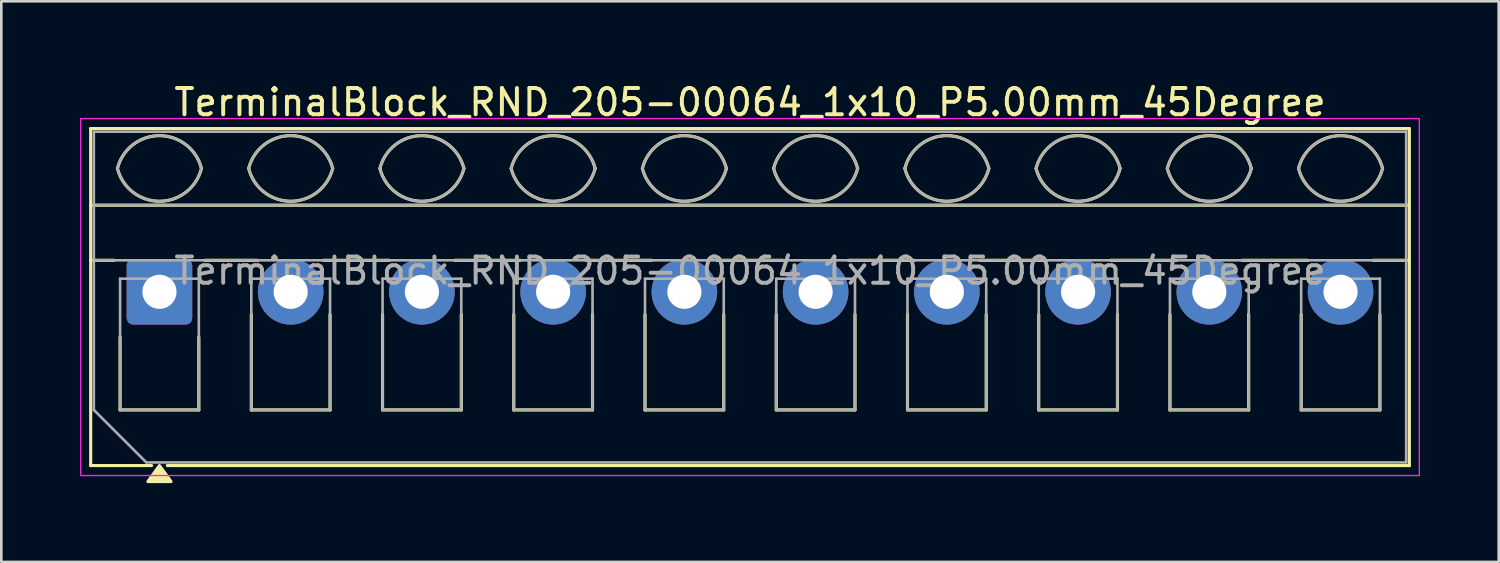
<source format=kicad_pcb>
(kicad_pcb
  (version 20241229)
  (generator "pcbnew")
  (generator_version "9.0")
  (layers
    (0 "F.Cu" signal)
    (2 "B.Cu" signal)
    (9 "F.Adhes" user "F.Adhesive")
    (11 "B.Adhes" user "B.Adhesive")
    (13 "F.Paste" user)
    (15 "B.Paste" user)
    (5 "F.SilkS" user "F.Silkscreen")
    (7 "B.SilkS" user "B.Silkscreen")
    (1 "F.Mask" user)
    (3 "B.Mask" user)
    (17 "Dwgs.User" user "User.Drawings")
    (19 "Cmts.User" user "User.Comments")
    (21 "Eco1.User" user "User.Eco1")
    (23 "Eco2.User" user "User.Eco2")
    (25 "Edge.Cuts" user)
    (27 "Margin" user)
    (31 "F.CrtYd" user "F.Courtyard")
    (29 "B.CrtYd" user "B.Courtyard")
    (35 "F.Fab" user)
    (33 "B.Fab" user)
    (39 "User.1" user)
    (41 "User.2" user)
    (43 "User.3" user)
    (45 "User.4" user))
  (footprint "TerminalBlock_RND_205-00064_1x10_P5.00mm_45Degree"
    (layer "F.Cu")
    (at 3.025 8.068)
    (property "Reference" "TerminalBlock_RND_205-00064_1x10_P5.00mm_45Degree" (at 22.5 -7.22 0) (layer "F.SilkS") (effects (font (size 1 1) (thickness 0.15))))
    (attr through_hole)
    (fp_line (start -2.62 -6.22) (end -2.62 6.62) (stroke (width 0.12) (type solid)) (layer "F.SilkS"))
    (fp_line (start -2.62 -6.22) (end 47.62 -6.22) (stroke (width 0.12) (type solid)) (layer "F.SilkS"))
    (fp_line (start -2.62 -3.3) (end 47.62 -3.3) (stroke (width 0.12) (type solid)) (layer "F.SilkS"))
    (fp_line (start -2.62 -1.2) (end -1.73 -1.2) (stroke (width 0.12) (type solid)) (layer "F.SilkS"))
    (fp_line (start -2.62 6.62) (end -0.3 6.62) (stroke (width 0.12) (type solid)) (layer "F.SilkS"))
    (fp_line (start -1.5 1.73) (end -1.5 4.5) (stroke (width 0.12) (type solid)) (layer "F.SilkS"))
    (fp_line (start -1.5 4.5) (end 1.5 4.5) (stroke (width 0.12) (type solid)) (layer "F.SilkS"))
    (fp_line (start 0.3 6.62) (end 47.62 6.62) (stroke (width 0.12) (type solid)) (layer "F.SilkS"))
    (fp_line (start 1.5 1.73) (end 1.5 4.5) (stroke (width 0.12) (type solid)) (layer "F.SilkS"))
    (fp_line (start 1.73 -1.2) (end 3.754 -1.2) (stroke (width 0.12) (type solid)) (layer "F.SilkS"))
    (fp_line (start 3.5 0.862) (end 3.5 4.5) (stroke (width 0.12) (type solid)) (layer "F.SilkS"))
    (fp_line (start 3.5 4.5) (end 6.5 4.5) (stroke (width 0.12) (type solid)) (layer "F.SilkS"))
    (fp_line (start 6.246 -1.2) (end 8.754 -1.2) (stroke (width 0.12) (type solid)) (layer "F.SilkS"))
    (fp_line (start 6.5 0.862) (end 6.5 4.5) (stroke (width 0.12) (type solid)) (layer "F.SilkS"))
    (fp_line (start 8.5 0.862) (end 8.5 4.5) (stroke (width 0.12) (type solid)) (layer "F.SilkS"))
    (fp_line (start 8.5 4.5) (end 11.5 4.5) (stroke (width 0.12) (type solid)) (layer "F.SilkS"))
    (fp_line (start 11.246 -1.2) (end 13.754 -1.2) (stroke (width 0.12) (type solid)) (layer "F.SilkS"))
    (fp_line (start 11.5 0.862) (end 11.5 4.5) (stroke (width 0.12) (type solid)) (layer "F.SilkS"))
    (fp_line (start 13.5 0.862) (end 13.5 4.5) (stroke (width 0.12) (type solid)) (layer "F.SilkS"))
    (fp_line (start 13.5 4.5) (end 16.5 4.5) (stroke (width 0.12) (type solid)) (layer "F.SilkS"))
    (fp_line (start 16.246 -1.2) (end 18.754 -1.2) (stroke (width 0.12) (type solid)) (layer "F.SilkS"))
    (fp_line (start 16.5 0.862) (end 16.5 4.5) (stroke (width 0.12) (type solid)) (layer "F.SilkS"))
    (fp_line (start 18.5 0.862) (end 18.5 4.5) (stroke (width 0.12) (type solid)) (layer "F.SilkS"))
    (fp_line (start 18.5 4.5) (end 21.5 4.5) (stroke (width 0.12) (type solid)) (layer "F.SilkS"))
    (fp_line (start 21.246 -1.2) (end 23.754 -1.2) (stroke (width 0.12) (type solid)) (layer "F.SilkS"))
    (fp_line (start 21.5 0.862) (end 21.5 4.5) (stroke (width 0.12) (type solid)) (layer "F.SilkS"))
    (fp_line (start 23.5 0.862) (end 23.5 4.5) (stroke (width 0.12) (type solid)) (layer "F.SilkS"))
    (fp_line (start 23.5 4.5) (end 26.5 4.5) (stroke (width 0.12) (type solid)) (layer "F.SilkS"))
    (fp_line (start 26.246 -1.2) (end 28.754 -1.2) (stroke (width 0.12) (type solid)) (layer "F.SilkS"))
    (fp_line (start 26.5 0.862) (end 26.5 4.5) (stroke (width 0.12) (type solid)) (layer "F.SilkS"))
    (fp_line (start 28.5 0.862) (end 28.5 4.5) (stroke (width 0.12) (type solid)) (layer "F.SilkS"))
    (fp_line (start 28.5 4.5) (end 31.5 4.5) (stroke (width 0.12) (type solid)) (layer "F.SilkS"))
    (fp_line (start 31.246 -1.2) (end 33.754 -1.2) (stroke (width 0.12) (type solid)) (layer "F.SilkS"))
    (fp_line (start 31.5 0.862) (end 31.5 4.5) (stroke (width 0.12) (type solid)) (layer "F.SilkS"))
    (fp_line (start 33.5 0.862) (end 33.5 4.5) (stroke (width 0.12) (type solid)) (layer "F.SilkS"))
    (fp_line (start 33.5 4.5) (end 36.5 4.5) (stroke (width 0.12) (type solid)) (layer "F.SilkS"))
    (fp_line (start 36.246 -1.2) (end 38.754 -1.2) (stroke (width 0.12) (type solid)) (layer "F.SilkS"))
    (fp_line (start 36.5 0.862) (end 36.5 4.5) (stroke (width 0.12) (type solid)) (layer "F.SilkS"))
    (fp_line (start 38.5 0.862) (end 38.5 4.5) (stroke (width 0.12) (type solid)) (layer "F.SilkS"))
    (fp_line (start 38.5 4.5) (end 41.5 4.5) (stroke (width 0.12) (type solid)) (layer "F.SilkS"))
    (fp_line (start 41.246 -1.2) (end 43.754 -1.2) (stroke (width 0.12) (type solid)) (layer "F.SilkS"))
    (fp_line (start 41.5 0.862) (end 41.5 4.5) (stroke (width 0.12) (type solid)) (layer "F.SilkS"))
    (fp_line (start 43.5 0.862) (end 43.5 4.5) (stroke (width 0.12) (type solid)) (layer "F.SilkS"))
    (fp_line (start 43.5 4.5) (end 46.5 4.5) (stroke (width 0.12) (type solid)) (layer "F.SilkS"))
    (fp_line (start 46.246 -1.2) (end 47.62 -1.2) (stroke (width 0.12) (type solid)) (layer "F.SilkS"))
    (fp_line (start 46.5 0.862) (end 46.5 4.5) (stroke (width 0.12) (type solid)) (layer "F.SilkS"))
    (fp_line (start 47.62 -6.22) (end 47.62 6.62) (stroke (width 0.12) (type solid)) (layer "F.SilkS"))
    (fp_arc (start -1.600031 -4.699875) (mid -0.000065 -5.95) (end 1.6 -4.7) (stroke (width 0.12) (type solid)) (layer "F.SilkS"))
    (fp_arc (start 1.6 -4.7) (mid -0.000065 -3.45) (end -1.600031 -4.700125) (stroke (width 0.12) (type solid)) (layer "F.SilkS"))
    (fp_arc (start 3.399969 -4.699875) (mid 4.999935 -5.95) (end 6.6 -4.7) (stroke (width 0.12) (type solid)) (layer "F.SilkS"))
    (fp_arc (start 6.6 -4.7) (mid 4.999935 -3.45) (end 3.399969 -4.700125) (stroke (width 0.12) (type solid)) (layer "F.SilkS"))
    (fp_arc (start 8.399969 -4.699875) (mid 9.999935 -5.95) (end 11.6 -4.7) (stroke (width 0.12) (type solid)) (layer "F.SilkS"))
    (fp_arc (start 11.6 -4.7) (mid 9.999935 -3.45) (end 8.399969 -4.700125) (stroke (width 0.12) (type solid)) (layer "F.SilkS"))
    (fp_arc (start 13.399969 -4.699875) (mid 14.999935 -5.95) (end 16.6 -4.7) (stroke (width 0.12) (type solid)) (layer "F.SilkS"))
    (fp_arc (start 16.6 -4.7) (mid 14.999935 -3.45) (end 13.399969 -4.700125) (stroke (width 0.12) (type solid)) (layer "F.SilkS"))
    (fp_arc (start 18.399969 -4.699875) (mid 19.999935 -5.95) (end 21.6 -4.7) (stroke (width 0.12) (type solid)) (layer "F.SilkS"))
    (fp_arc (start 21.6 -4.7) (mid 19.999935 -3.45) (end 18.399969 -4.700125) (stroke (width 0.12) (type solid)) (layer "F.SilkS"))
    (fp_arc (start 23.399969 -4.699875) (mid 24.999935 -5.95) (end 26.6 -4.7) (stroke (width 0.12) (type solid)) (layer "F.SilkS"))
    (fp_arc (start 26.6 -4.7) (mid 24.999935 -3.45) (end 23.399969 -4.700125) (stroke (width 0.12) (type solid)) (layer "F.SilkS"))
    (fp_arc (start 28.399969 -4.699875) (mid 29.999935 -5.95) (end 31.6 -4.7) (stroke (width 0.12) (type solid)) (layer "F.SilkS"))
    (fp_arc (start 31.6 -4.7) (mid 29.999935 -3.45) (end 28.399969 -4.700125) (stroke (width 0.12) (type solid)) (layer "F.SilkS"))
    (fp_arc (start 33.399969 -4.699875) (mid 34.999935 -5.95) (end 36.6 -4.7) (stroke (width 0.12) (type solid)) (layer "F.SilkS"))
    (fp_arc (start 36.6 -4.7) (mid 34.999935 -3.45) (end 33.399969 -4.700125) (stroke (width 0.12) (type solid)) (layer "F.SilkS"))
    (fp_arc (start 38.399969 -4.699875) (mid 39.999935 -5.95) (end 41.6 -4.7) (stroke (width 0.12) (type solid)) (layer "F.SilkS"))
    (fp_arc (start 41.6 -4.7) (mid 39.999935 -3.45) (end 38.399969 -4.700125) (stroke (width 0.12) (type solid)) (layer "F.SilkS"))
    (fp_arc (start 43.399969 -4.699875) (mid 44.999935 -5.95) (end 46.6 -4.7) (stroke (width 0.12) (type solid)) (layer "F.SilkS"))
    (fp_arc (start 46.6 -4.7) (mid 44.999935 -3.45) (end 43.399969 -4.700125) (stroke (width 0.12) (type solid)) (layer "F.SilkS"))
    (fp_poly (pts (xy 0 6.62) (xy 0.44 7.23) (xy -0.44 7.23)) (stroke (width 0.12) (type solid)) (fill yes) (layer "F.SilkS"))
    (fp_line (start -3 -6.6) (end -3 7) (stroke (width 0.05) (type solid)) (layer "F.CrtYd"))
    (fp_line (start -3 7) (end 48 7) (stroke (width 0.05) (type solid)) (layer "F.CrtYd"))
    (fp_line (start 48 -6.6) (end -3 -6.6) (stroke (width 0.05) (type solid)) (layer "F.CrtYd"))
    (fp_line (start 48 7) (end 48 -6.6) (stroke (width 0.05) (type solid)) (layer "F.CrtYd"))
    (fp_line (start -2.5 -6.1) (end 47.5 -6.1) (stroke (width 0.1) (type solid)) (layer "F.Fab"))
    (fp_line (start -2.5 -3.3) (end 47.5 -3.3) (stroke (width 0.1) (type solid)) (layer "F.Fab"))
    (fp_line (start -2.5 -1.2) (end 47.5 -1.2) (stroke (width 0.1) (type solid)) (layer "F.Fab"))
    (fp_line (start -2.5 4.5) (end -2.5 -6.1) (stroke (width 0.1) (type solid)) (layer "F.Fab"))
    (fp_line (start -1.5 -0.5) (end -1.5 4.5) (stroke (width 0.1) (type solid)) (layer "F.Fab"))
    (fp_line (start -1.5 4.5) (end 1.5 4.5) (stroke (width 0.1) (type solid)) (layer "F.Fab"))
    (fp_line (start -0.5 6.5) (end -2.5 4.5) (stroke (width 0.1) (type solid)) (layer "F.Fab"))
    (fp_line (start 1.5 -0.5) (end -1.5 -0.5) (stroke (width 0.1) (type solid)) (layer "F.Fab"))
    (fp_line (start 1.5 4.5) (end 1.5 -0.5) (stroke (width 0.1) (type solid)) (layer "F.Fab"))
    (fp_line (start 3.5 -0.5) (end 3.5 4.5) (stroke (width 0.1) (type solid)) (layer "F.Fab"))
    (fp_line (start 3.5 4.5) (end 6.5 4.5) (stroke (width 0.1) (type solid)) (layer "F.Fab"))
    (fp_line (start 6.5 -0.5) (end 3.5 -0.5) (stroke (width 0.1) (type solid)) (layer "F.Fab"))
    (fp_line (start 6.5 4.5) (end 6.5 -0.5) (stroke (width 0.1) (type solid)) (layer "F.Fab"))
    (fp_line (start 8.5 -0.5) (end 8.5 4.5) (stroke (width 0.1) (type solid)) (layer "F.Fab"))
    (fp_line (start 8.5 4.5) (end 11.5 4.5) (stroke (width 0.1) (type solid)) (layer "F.Fab"))
    (fp_line (start 11.5 -0.5) (end 8.5 -0.5) (stroke (width 0.1) (type solid)) (layer "F.Fab"))
    (fp_line (start 11.5 4.5) (end 11.5 -0.5) (stroke (width 0.1) (type solid)) (layer "F.Fab"))
    (fp_line (start 13.5 -0.5) (end 13.5 4.5) (stroke (width 0.1) (type solid)) (layer "F.Fab"))
    (fp_line (start 13.5 4.5) (end 16.5 4.5) (stroke (width 0.1) (type solid)) (layer "F.Fab"))
    (fp_line (start 16.5 -0.5) (end 13.5 -0.5) (stroke (width 0.1) (type solid)) (layer "F.Fab"))
    (fp_line (start 16.5 4.5) (end 16.5 -0.5) (stroke (width 0.1) (type solid)) (layer "F.Fab"))
    (fp_line (start 18.5 -0.5) (end 18.5 4.5) (stroke (width 0.1) (type solid)) (layer "F.Fab"))
    (fp_line (start 18.5 4.5) (end 21.5 4.5) (stroke (width 0.1) (type solid)) (layer "F.Fab"))
    (fp_line (start 21.5 -0.5) (end 18.5 -0.5) (stroke (width 0.1) (type solid)) (layer "F.Fab"))
    (fp_line (start 21.5 4.5) (end 21.5 -0.5) (stroke (width 0.1) (type solid)) (layer "F.Fab"))
    (fp_line (start 23.5 -0.5) (end 23.5 4.5) (stroke (width 0.1) (type solid)) (layer "F.Fab"))
    (fp_line (start 23.5 4.5) (end 26.5 4.5) (stroke (width 0.1) (type solid)) (layer "F.Fab"))
    (fp_line (start 26.5 -0.5) (end 23.5 -0.5) (stroke (width 0.1) (type solid)) (layer "F.Fab"))
    (fp_line (start 26.5 4.5) (end 26.5 -0.5) (stroke (width 0.1) (type solid)) (layer "F.Fab"))
    (fp_line (start 28.5 -0.5) (end 28.5 4.5) (stroke (width 0.1) (type solid)) (layer "F.Fab"))
    (fp_line (start 28.5 4.5) (end 31.5 4.5) (stroke (width 0.1) (type solid)) (layer "F.Fab"))
    (fp_line (start 31.5 -0.5) (end 28.5 -0.5) (stroke (width 0.1) (type solid)) (layer "F.Fab"))
    (fp_line (start 31.5 4.5) (end 31.5 -0.5) (stroke (width 0.1) (type solid)) (layer "F.Fab"))
    (fp_line (start 33.5 -0.5) (end 33.5 4.5) (stroke (width 0.1) (type solid)) (layer "F.Fab"))
    (fp_line (start 33.5 4.5) (end 36.5 4.5) (stroke (width 0.1) (type solid)) (layer "F.Fab"))
    (fp_line (start 36.5 -0.5) (end 33.5 -0.5) (stroke (width 0.1) (type solid)) (layer "F.Fab"))
    (fp_line (start 36.5 4.5) (end 36.5 -0.5) (stroke (width 0.1) (type solid)) (layer "F.Fab"))
    (fp_line (start 38.5 -0.5) (end 38.5 4.5) (stroke (width 0.1) (type solid)) (layer "F.Fab"))
    (fp_line (start 38.5 4.5) (end 41.5 4.5) (stroke (width 0.1) (type solid)) (layer "F.Fab"))
    (fp_line (start 41.5 -0.5) (end 38.5 -0.5) (stroke (width 0.1) (type solid)) (layer "F.Fab"))
    (fp_line (start 41.5 4.5) (end 41.5 -0.5) (stroke (width 0.1) (type solid)) (layer "F.Fab"))
    (fp_line (start 43.5 -0.5) (end 43.5 4.5) (stroke (width 0.1) (type solid)) (layer "F.Fab"))
    (fp_line (start 43.5 4.5) (end 46.5 4.5) (stroke (width 0.1) (type solid)) (layer "F.Fab"))
    (fp_line (start 46.5 -0.5) (end 43.5 -0.5) (stroke (width 0.1) (type solid)) (layer "F.Fab"))
    (fp_line (start 46.5 4.5) (end 46.5 -0.5) (stroke (width 0.1) (type solid)) (layer "F.Fab"))
    (fp_line (start 47.5 -6.1) (end 47.5 6.5) (stroke (width 0.1) (type solid)) (layer "F.Fab"))
    (fp_line (start 47.5 6.5) (end -0.5 6.5) (stroke (width 0.1) (type solid)) (layer "F.Fab"))
    (fp_arc (start -1.600914 -4.700344) (mid 0.000177 -5.95097) (end 1.601 -4.7) (stroke (width 0.1) (type solid)) (layer "F.Fab"))
    (fp_arc (start 1.6 -4.7) (mid -0.000065 -3.45) (end -1.600031 -4.700125) (stroke (width 0.1) (type solid)) (layer "F.Fab"))
    (fp_arc (start 3.399086 -4.700344) (mid 5.000177 -5.95097) (end 6.601 -4.7) (stroke (width 0.1) (type solid)) (layer "F.Fab"))
    (fp_arc (start 6.6 -4.7) (mid 4.999935 -3.45) (end 3.399969 -4.700125) (stroke (width 0.1) (type solid)) (layer "F.Fab"))
    (fp_arc (start 8.399086 -4.700344) (mid 10.000177 -5.95097) (end 11.601 -4.7) (stroke (width 0.1) (type solid)) (layer "F.Fab"))
    (fp_arc (start 11.6 -4.7) (mid 9.999935 -3.45) (end 8.399969 -4.700125) (stroke (width 0.1) (type solid)) (layer "F.Fab"))
    (fp_arc (start 13.399086 -4.700344) (mid 15.000177 -5.95097) (end 16.601 -4.7) (stroke (width 0.1) (type solid)) (layer "F.Fab"))
    (fp_arc (start 16.6 -4.7) (mid 14.999935 -3.45) (end 13.399969 -4.700125) (stroke (width 0.1) (type solid)) (layer "F.Fab"))
    (fp_arc (start 18.399086 -4.700344) (mid 20.000177 -5.95097) (end 21.601 -4.7) (stroke (width 0.1) (type solid)) (layer "F.Fab"))
    (fp_arc (start 21.6 -4.7) (mid 19.999935 -3.45) (end 18.399969 -4.700125) (stroke (width 0.1) (type solid)) (layer "F.Fab"))
    (fp_arc (start 23.399086 -4.700344) (mid 25.000177 -5.95097) (end 26.601 -4.7) (stroke (width 0.1) (type solid)) (layer "F.Fab"))
    (fp_arc (start 26.6 -4.7) (mid 24.999935 -3.45) (end 23.399969 -4.700125) (stroke (width 0.1) (type solid)) (layer "F.Fab"))
    (fp_arc (start 28.399086 -4.700344) (mid 30.000177 -5.95097) (end 31.601 -4.7) (stroke (width 0.1) (type solid)) (layer "F.Fab"))
    (fp_arc (start 31.6 -4.7) (mid 29.999935 -3.45) (end 28.399969 -4.700125) (stroke (width 0.1) (type solid)) (layer "F.Fab"))
    (fp_arc (start 33.399086 -4.700344) (mid 35.000177 -5.95097) (end 36.601 -4.7) (stroke (width 0.1) (type solid)) (layer "F.Fab"))
    (fp_arc (start 36.6 -4.7) (mid 34.999935 -3.45) (end 33.399969 -4.700125) (stroke (width 0.1) (type solid)) (layer "F.Fab"))
    (fp_arc (start 38.399086 -4.700344) (mid 40.000177 -5.95097) (end 41.601 -4.7) (stroke (width 0.1) (type solid)) (layer "F.Fab"))
    (fp_arc (start 41.6 -4.7) (mid 39.999935 -3.45) (end 38.399969 -4.700125) (stroke (width 0.1) (type solid)) (layer "F.Fab"))
    (fp_arc (start 43.399086 -4.700344) (mid 45.000177 -5.95097) (end 46.601 -4.7) (stroke (width 0.1) (type solid)) (layer "F.Fab"))
    (fp_arc (start 46.6 -4.7) (mid 44.999935 -3.45) (end 43.399969 -4.700125) (stroke (width 0.1) (type solid)) (layer "F.Fab"))
    (fp_text user "${REFERENCE}" (at 22.5 -0.8 0) (layer "F.Fab") (effects (font (size 1 1) (thickness 0.15))))
    (pad "1" thru_hole roundrect (at 0 0) (size 2.5 2.5) (drill 1.3) (layers "*.Cu" "*.Mask") (roundrect_rratio 0.1))
    (pad "2" thru_hole circle (at 5 0) (size 2.5 2.5) (drill 1.3) (layers "*.Cu" "*.Mask"))
    (pad "3" thru_hole circle (at 10 0) (size 2.5 2.5) (drill 1.3) (layers "*.Cu" "*.Mask"))
    (pad "4" thru_hole circle (at 15 0) (size 2.5 2.5) (drill 1.3) (layers "*.Cu" "*.Mask"))
    (pad "5" thru_hole circle (at 20 0) (size 2.5 2.5) (drill 1.3) (layers "*.Cu" "*.Mask"))
    (pad "6" thru_hole circle (at 25 0) (size 2.5 2.5) (drill 1.3) (layers "*.Cu" "*.Mask"))
    (pad "7" thru_hole circle (at 30 0) (size 2.5 2.5) (drill 1.3) (layers "*.Cu" "*.Mask"))
    (pad "8" thru_hole circle (at 35 0) (size 2.5 2.5) (drill 1.3) (layers "*.Cu" "*.Mask"))
    (pad "9" thru_hole circle (at 40 0) (size 2.5 2.5) (drill 1.3) (layers "*.Cu" "*.Mask"))
    (pad "10" thru_hole circle (at 45 0) (size 2.5 2.5) (drill 1.3) (layers "*.Cu" "*.Mask")))
  (gr_rect
    (start -3 -3)
    (end 54.05 18.358)
    (stroke (width 0.1) (type default))
    (fill no)
    (layer "Edge.Cuts")))
</source>
